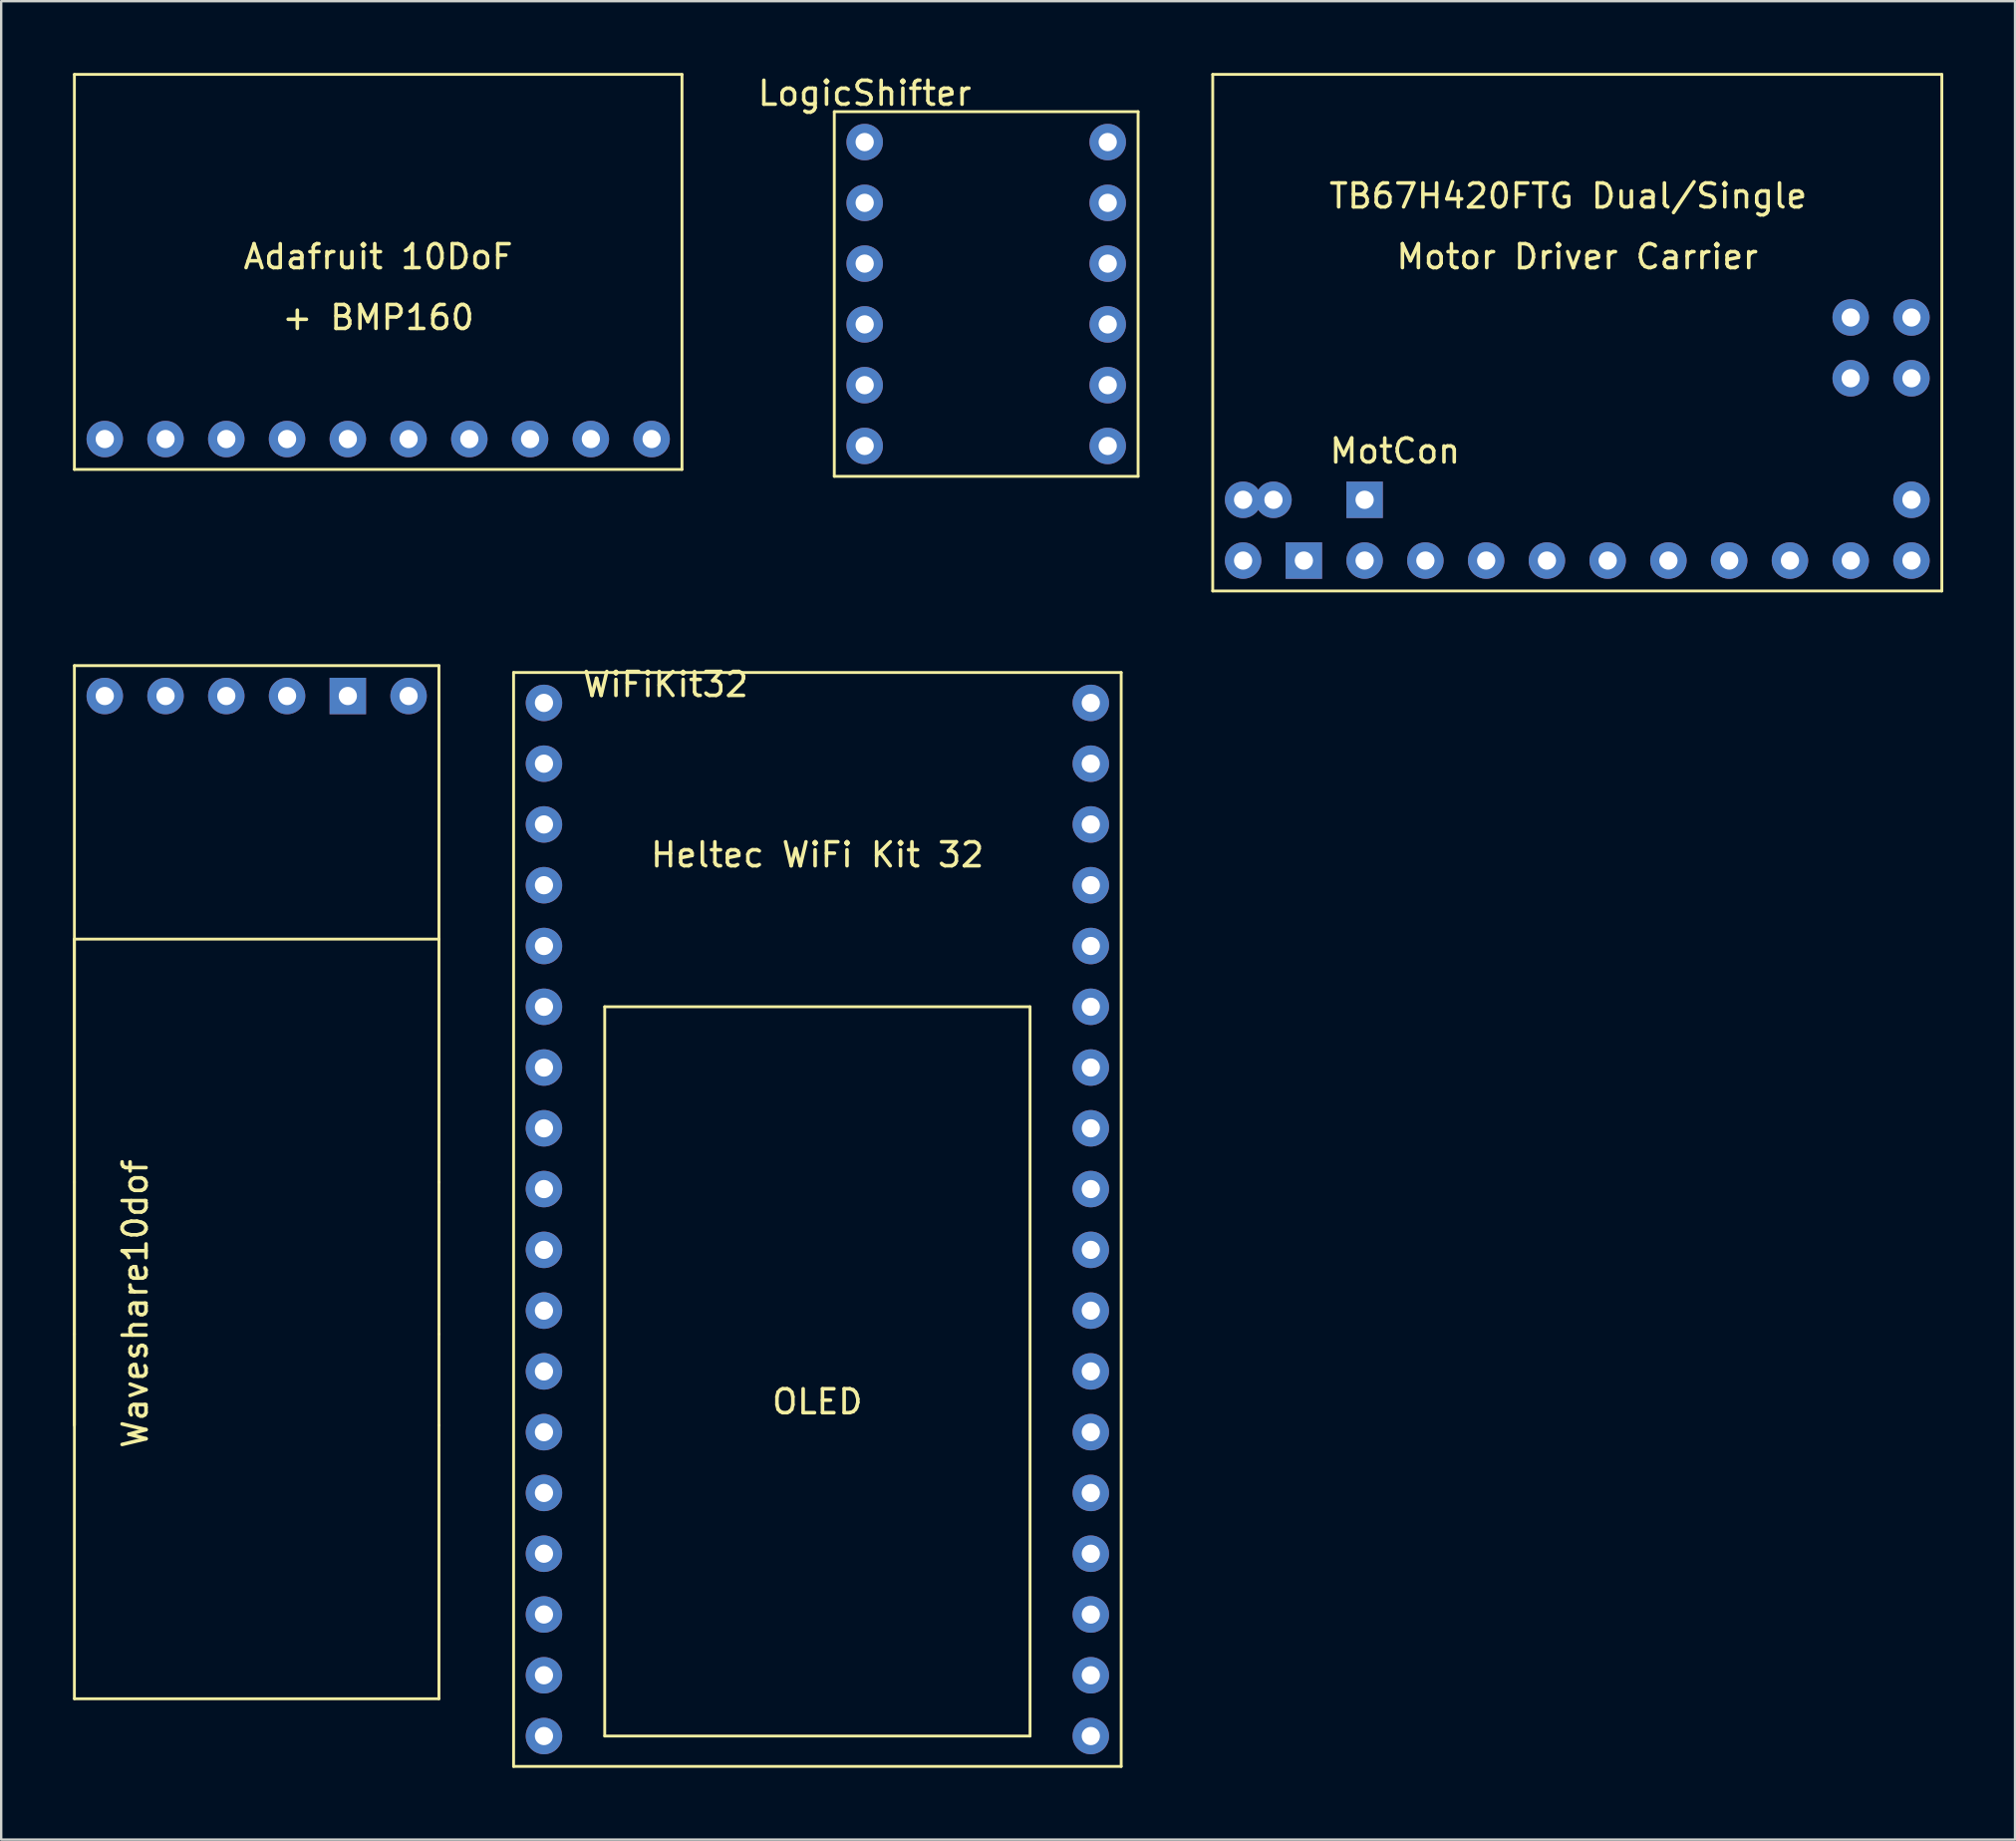
<source format=kicad_pcb>
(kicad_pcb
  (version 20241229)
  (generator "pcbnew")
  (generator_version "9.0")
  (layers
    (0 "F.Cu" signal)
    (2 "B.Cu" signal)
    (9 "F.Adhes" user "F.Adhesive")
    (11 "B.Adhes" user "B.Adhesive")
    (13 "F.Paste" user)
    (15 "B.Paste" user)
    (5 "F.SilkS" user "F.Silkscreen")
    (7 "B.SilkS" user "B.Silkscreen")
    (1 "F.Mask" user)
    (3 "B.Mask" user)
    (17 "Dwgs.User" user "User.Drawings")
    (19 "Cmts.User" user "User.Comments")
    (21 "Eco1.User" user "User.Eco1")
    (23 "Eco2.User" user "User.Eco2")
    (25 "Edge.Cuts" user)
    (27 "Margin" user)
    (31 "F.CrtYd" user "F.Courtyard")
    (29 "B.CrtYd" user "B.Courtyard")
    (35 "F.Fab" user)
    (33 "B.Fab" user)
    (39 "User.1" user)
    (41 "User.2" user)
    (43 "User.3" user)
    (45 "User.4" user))
  (footprint "LogicShifter"
    (layer "F.Cu")
    (at 33.097 0.348)
    (property "Reference" "LogicShifter" (at 0 0.5 0) (layer "F.SilkS") (effects (font (size 1 1) (thickness 0.15))))
    (attr through_hole)
    (fp_line (start -1.27 1.27) (end -1.27 16.51) (stroke (width 0.12) (type solid)) (layer "F.SilkS"))
    (fp_line (start -1.27 16.51) (end 11.43 16.51) (stroke (width 0.12) (type solid)) (layer "F.SilkS"))
    (fp_line (start 11.43 1.27) (end -1.27 1.27) (stroke (width 0.12) (type solid)) (layer "F.SilkS"))
    (fp_line (start 11.43 16.51) (end 11.43 1.27) (stroke (width 0.12) (type solid)) (layer "F.SilkS"))
    (pad "1" thru_hole circle (at 0 2.54) (size 1.524 1.524) (drill 0.762) (layers "*.Cu" "*.Mask"))
    (pad "2" thru_hole circle (at 0 5.08) (size 1.524 1.524) (drill 0.762) (layers "*.Cu" "*.Mask"))
    (pad "3" thru_hole circle (at 0 7.62) (size 1.524 1.524) (drill 0.762) (layers "*.Cu" "*.Mask"))
    (pad "4" thru_hole circle (at 0 10.16) (size 1.524 1.524) (drill 0.762) (layers "*.Cu" "*.Mask"))
    (pad "5" thru_hole circle (at 0 12.7) (size 1.524 1.524) (drill 0.762) (layers "*.Cu" "*.Mask"))
    (pad "6" thru_hole circle (at 0 15.24) (size 1.524 1.524) (drill 0.762) (layers "*.Cu" "*.Mask"))
    (pad "7" thru_hole circle (at 10.16 15.24) (size 1.524 1.524) (drill 0.762) (layers "*.Cu" "*.Mask"))
    (pad "8" thru_hole circle (at 10.16 12.7) (size 1.524 1.524) (drill 0.762) (layers "*.Cu" "*.Mask"))
    (pad "9" thru_hole circle (at 10.16 10.16) (size 1.524 1.524) (drill 0.762) (layers "*.Cu" "*.Mask"))
    (pad "10" thru_hole circle (at 10.16 7.62) (size 1.524 1.524) (drill 0.762) (layers "*.Cu" "*.Mask"))
    (pad "11" thru_hole circle (at 10.16 5.08) (size 1.524 1.524) (drill 0.762) (layers "*.Cu" "*.Mask"))
    (pad "12" thru_hole circle (at 10.16 2.54) (size 1.524 1.524) (drill 0.762) (layers "*.Cu" "*.Mask")))
  (footprint "WiFiKit32"
    (layer "F.Cu")
    (at 24.77 25.058)
    (property "Reference" "WiFiKit32" (at 0 0.5 0) (layer "F.SilkS") (effects (font (size 1 1) (thickness 0.15))))
    (attr through_hole)
    (fp_line (start -6.35 0) (end 19.05 0) (stroke (width 0.12) (type solid)) (layer "F.SilkS"))
    (fp_line (start -6.35 45.72) (end -6.35 0) (stroke (width 0.12) (type solid)) (layer "F.SilkS"))
    (fp_line (start -2.54 13.97) (end -2.54 44.45) (stroke (width 0.12) (type solid)) (layer "F.SilkS"))
    (fp_line (start -2.54 44.45) (end 15.24 44.45) (stroke (width 0.12) (type solid)) (layer "F.SilkS"))
    (fp_line (start 15.24 13.97) (end -2.54 13.97) (stroke (width 0.12) (type solid)) (layer "F.SilkS"))
    (fp_line (start 15.24 44.45) (end 15.24 13.97) (stroke (width 0.12) (type solid)) (layer "F.SilkS"))
    (fp_line (start 19.05 0) (end 19.05 45.72) (stroke (width 0.12) (type solid)) (layer "F.SilkS"))
    (fp_line (start 19.05 45.72) (end -6.35 45.72) (stroke (width 0.12) (type solid)) (layer "F.SilkS"))
    (fp_text user "OLED" (at 6.35 30.48 0) (layer "F.SilkS") (effects (font (size 1 1) (thickness 0.15))))
    (fp_text user "Heltec WiFi Kit 32" (at 6.35 7.62 0) (layer "F.SilkS") (effects (font (size 1 1) (thickness 0.15))))
    (pad "1" thru_hole circle (at -5.08 1.27) (size 1.524 1.524) (drill 0.762) (layers "*.Cu" "*.Mask"))
    (pad "2" thru_hole circle (at -5.08 3.81) (size 1.524 1.524) (drill 0.762) (layers "*.Cu" "*.Mask"))
    (pad "3" thru_hole circle (at -5.08 6.35) (size 1.524 1.524) (drill 0.762) (layers "*.Cu" "*.Mask"))
    (pad "4" thru_hole circle (at -5.08 8.89) (size 1.524 1.524) (drill 0.762) (layers "*.Cu" "*.Mask"))
    (pad "5" thru_hole circle (at -5.08 11.43) (size 1.524 1.524) (drill 0.762) (layers "*.Cu" "*.Mask"))
    (pad "6" thru_hole circle (at -5.08 13.97) (size 1.524 1.524) (drill 0.762) (layers "*.Cu" "*.Mask"))
    (pad "7" thru_hole circle (at -5.08 16.51) (size 1.524 1.524) (drill 0.762) (layers "*.Cu" "*.Mask"))
    (pad "8" thru_hole circle (at -5.08 19.05) (size 1.524 1.524) (drill 0.762) (layers "*.Cu" "*.Mask"))
    (pad "9" thru_hole circle (at -5.08 21.59) (size 1.524 1.524) (drill 0.762) (layers "*.Cu" "*.Mask"))
    (pad "10" thru_hole circle (at -5.08 24.13) (size 1.524 1.524) (drill 0.762) (layers "*.Cu" "*.Mask"))
    (pad "11" thru_hole circle (at -5.08 26.67) (size 1.524 1.524) (drill 0.762) (layers "*.Cu" "*.Mask"))
    (pad "12" thru_hole circle (at -5.08 29.21) (size 1.524 1.524) (drill 0.762) (layers "*.Cu" "*.Mask"))
    (pad "13" thru_hole circle (at -5.08 31.75) (size 1.524 1.524) (drill 0.762) (layers "*.Cu" "*.Mask"))
    (pad "14" thru_hole circle (at -5.08 34.29) (size 1.524 1.524) (drill 0.762) (layers "*.Cu" "*.Mask"))
    (pad "15" thru_hole circle (at -5.08 36.83) (size 1.524 1.524) (drill 0.762) (layers "*.Cu" "*.Mask"))
    (pad "16" thru_hole circle (at -5.08 39.37) (size 1.524 1.524) (drill 0.762) (layers "*.Cu" "*.Mask"))
    (pad "17" thru_hole circle (at -5.08 41.91) (size 1.524 1.524) (drill 0.762) (layers "*.Cu" "*.Mask"))
    (pad "18" thru_hole circle (at -5.08 44.45) (size 1.524 1.524) (drill 0.762) (layers "*.Cu" "*.Mask"))
    (pad "19" thru_hole circle (at 17.78 44.45) (size 1.524 1.524) (drill 0.762) (layers "*.Cu" "*.Mask"))
    (pad "20" thru_hole circle (at 17.78 41.91) (size 1.524 1.524) (drill 0.762) (layers "*.Cu" "*.Mask"))
    (pad "21" thru_hole circle (at 17.78 39.37) (size 1.524 1.524) (drill 0.762) (layers "*.Cu" "*.Mask"))
    (pad "22" thru_hole circle (at 17.78 36.83) (size 1.524 1.524) (drill 0.762) (layers "*.Cu" "*.Mask"))
    (pad "23" thru_hole circle (at 17.78 34.29) (size 1.524 1.524) (drill 0.762) (layers "*.Cu" "*.Mask"))
    (pad "24" thru_hole circle (at 17.78 31.75) (size 1.524 1.524) (drill 0.762) (layers "*.Cu" "*.Mask"))
    (pad "25" thru_hole circle (at 17.78 29.21) (size 1.524 1.524) (drill 0.762) (layers "*.Cu" "*.Mask"))
    (pad "26" thru_hole circle (at 17.78 26.67) (size 1.524 1.524) (drill 0.762) (layers "*.Cu" "*.Mask"))
    (pad "27" thru_hole circle (at 17.78 24.13) (size 1.524 1.524) (drill 0.762) (layers "*.Cu" "*.Mask"))
    (pad "28" thru_hole circle (at 17.78 21.59) (size 1.524 1.524) (drill 0.762) (layers "*.Cu" "*.Mask"))
    (pad "29" thru_hole circle (at 17.78 19.05) (size 1.524 1.524) (drill 0.762) (layers "*.Cu" "*.Mask"))
    (pad "30" thru_hole circle (at 17.78 16.51) (size 1.524 1.524) (drill 0.762) (layers "*.Cu" "*.Mask"))
    (pad "31" thru_hole circle (at 17.78 13.97) (size 1.524 1.524) (drill 0.762) (layers "*.Cu" "*.Mask"))
    (pad "32" thru_hole circle (at 17.78 11.43) (size 1.524 1.524) (drill 0.762) (layers "*.Cu" "*.Mask"))
    (pad "33" thru_hole circle (at 17.78 8.89) (size 1.524 1.524) (drill 0.762) (layers "*.Cu" "*.Mask"))
    (pad "34" thru_hole circle (at 17.78 6.35) (size 1.524 1.524) (drill 0.762) (layers "*.Cu" "*.Mask"))
    (pad "35" thru_hole circle (at 17.78 3.81) (size 1.524 1.524) (drill 0.762) (layers "*.Cu" "*.Mask"))
    (pad "36" thru_hole circle (at 17.78 1.27) (size 1.524 1.524) (drill 0.762) (layers "*.Cu" "*.Mask")))
  (footprint "Adafruit 10DoF"
    (layer "F.Cu")
    (at 7.68 12.76)
    (property "Reference" "Adafruit 10DoF" (at 5.08 -5.08 0) (layer "F.SilkS") (effects (font (size 1 1) (thickness 0.15))))
    (attr through_hole)
    (fp_line (start -7.62 -12.7) (end -7.62 3.81) (stroke (width 0.12) (type solid)) (layer "F.SilkS"))
    (fp_line (start -7.62 3.81) (end 17.78 3.81) (stroke (width 0.12) (type solid)) (layer "F.SilkS"))
    (fp_line (start 17.78 -12.7) (end -7.62 -12.7) (stroke (width 0.12) (type solid)) (layer "F.SilkS"))
    (fp_line (start 17.78 3.81) (end 17.78 -12.7) (stroke (width 0.12) (type solid)) (layer "F.SilkS"))
    (fp_text user "+ BMP160" (at 5.08 -2.54 0) (layer "F.SilkS") (effects (font (size 1 1) (thickness 0.15))))
    (pad "1" thru_hole circle (at -6.35 2.54) (size 1.524 1.524) (drill 0.762) (layers "*.Cu" "*.Mask"))
    (pad "2" thru_hole circle (at -3.81 2.54) (size 1.524 1.524) (drill 0.762) (layers "*.Cu" "*.Mask"))
    (pad "3" thru_hole circle (at -1.27 2.54) (size 1.524 1.524) (drill 0.762) (layers "*.Cu" "*.Mask"))
    (pad "4" thru_hole circle (at 1.27 2.54) (size 1.524 1.524) (drill 0.762) (layers "*.Cu" "*.Mask"))
    (pad "5" thru_hole circle (at 3.81 2.54) (size 1.524 1.524) (drill 0.762) (layers "*.Cu" "*.Mask"))
    (pad "6" thru_hole circle (at 6.35 2.54) (size 1.524 1.524) (drill 0.762) (layers "*.Cu" "*.Mask"))
    (pad "7" thru_hole circle (at 8.89 2.54) (size 1.524 1.524) (drill 0.762) (layers "*.Cu" "*.Mask"))
    (pad "8" thru_hole circle (at 11.43 2.54) (size 1.524 1.524) (drill 0.762) (layers "*.Cu" "*.Mask"))
    (pad "9" thru_hole circle (at 13.97 2.54) (size 1.524 1.524) (drill 0.762) (layers "*.Cu" "*.Mask"))
    (pad "10" thru_hole circle (at 16.51 2.54) (size 1.524 1.524) (drill 0.762) (layers "*.Cu" "*.Mask")))
  (footprint "Waveshare10dof"
    (layer "F.Cu")
    (at 7.68 32.39)
    (property "Reference" "Waveshare10dof" (at -5.08 19.05 90) (layer "F.SilkS") (effects (font (size 1 1) (thickness 0.15))))
    (attr through_hole)
    (fp_line (start -7.62 -7.62) (end -7.62 13.97) (stroke (width 0.12) (type solid)) (layer "F.SilkS"))
    (fp_line (start -7.62 3.81) (end -7.62 35.56) (stroke (width 0.12) (type solid)) (layer "F.SilkS"))
    (fp_line (start -7.62 20.32) (end -7.62 13.97) (stroke (width 0.12) (type solid)) (layer "F.SilkS"))
    (fp_line (start -7.62 20.32) (end -7.62 24.13) (stroke (width 0.12) (type solid)) (layer "F.SilkS"))
    (fp_line (start -7.62 35.56) (end 7.62 35.56) (stroke (width 0.12) (type solid)) (layer "F.SilkS"))
    (fp_line (start 7.62 -7.62) (end -7.62 -7.62) (stroke (width 0.12) (type solid)) (layer "F.SilkS"))
    (fp_line (start 7.62 3.81) (end -7.62 3.81) (stroke (width 0.12) (type solid)) (layer "F.SilkS"))
    (fp_line (start 7.62 13.97) (end 7.62 -7.62) (stroke (width 0.12) (type solid)) (layer "F.SilkS"))
    (fp_line (start 7.62 13.97) (end 7.62 20.32) (stroke (width 0.12) (type solid)) (layer "F.SilkS"))
    (fp_line (start 7.62 20.32) (end 7.62 24.13) (stroke (width 0.12) (type solid)) (layer "F.SilkS"))
    (fp_line (start 7.62 35.56) (end 7.62 24.13) (stroke (width 0.12) (type solid)) (layer "F.SilkS"))
    (pad "1" thru_hole circle (at -6.35 -6.35) (size 1.524 1.524) (drill 0.762) (layers "*.Cu" "*.Mask"))
    (pad "2" thru_hole circle (at -3.81 -6.35) (size 1.524 1.524) (drill 0.762) (layers "*.Cu" "*.Mask"))
    (pad "3" thru_hole circle (at -1.27 -6.35) (size 1.524 1.524) (drill 0.762) (layers "*.Cu" "*.Mask"))
    (pad "4" thru_hole circle (at 1.27 -6.35) (size 1.524 1.524) (drill 0.762) (layers "*.Cu" "*.Mask"))
    (pad "5" thru_hole rect (at 3.81 -6.35) (size 1.524 1.524) (drill 0.762) (layers "*.Cu" "*.Mask"))
    (pad "6" thru_hole circle (at 6.35 -6.35) (size 1.524 1.524) (drill 0.762) (layers "*.Cu" "*.Mask")))
  (footprint "MotCon"
    (layer "F.Cu")
    (at 55.267 15.3)
    (property "Reference" "MotCon" (at 0 0.5 0) (layer "F.SilkS") (effects (font (size 1 1) (thickness 0.15))))
    (attr through_hole)
    (fp_line (start -7.62 -15.24) (end -7.62 6.35) (stroke (width 0.12) (type solid)) (layer "F.SilkS"))
    (fp_line (start -7.62 6.35) (end 22.86 6.35) (stroke (width 0.12) (type solid)) (layer "F.SilkS"))
    (fp_line (start 22.86 -15.24) (end -7.62 -15.24) (stroke (width 0.12) (type solid)) (layer "F.SilkS"))
    (fp_line (start 22.86 6.35) (end 22.86 -15.24) (stroke (width 0.12) (type solid)) (layer "F.SilkS"))
    (fp_text user "Motor Driver Carrier" (at 7.62 -7.62 0) (layer "F.SilkS") (effects (font (size 1 1) (thickness 0.15))))
    (fp_text user "TB67H420FTG Dual/Single " (at 7.62 -10.16 0) (layer "F.SilkS") (effects (font (size 1 1) (thickness 0.15))))
    (pad "0" thru_hole circle (at -6.35 5.08) (size 1.524 1.524) (drill 0.762) (layers "*.Cu" "*.Mask"))
    (pad "1" thru_hole rect (at -3.81 5.08) (size 1.524 1.524) (drill 0.762) (layers "*.Cu" "*.Mask"))
    (pad "2" thru_hole circle (at -1.27 5.08) (size 1.524 1.524) (drill 0.762) (layers "*.Cu" "*.Mask"))
    (pad "3" thru_hole circle (at 1.27 5.08) (size 1.524 1.524) (drill 0.762) (layers "*.Cu" "*.Mask"))
    (pad "4" thru_hole circle (at 3.81 5.08) (size 1.524 1.524) (drill 0.762) (layers "*.Cu" "*.Mask"))
    (pad "5" thru_hole circle (at 6.35 5.08) (size 1.524 1.524) (drill 0.762) (layers "*.Cu" "*.Mask"))
    (pad "6" thru_hole circle (at 8.89 5.08) (size 1.524 1.524) (drill 0.762) (layers "*.Cu" "*.Mask"))
    (pad "7" thru_hole circle (at 11.43 5.08) (size 1.524 1.524) (drill 0.762) (layers "*.Cu" "*.Mask"))
    (pad "8" thru_hole circle (at 13.97 5.08) (size 1.524 1.524) (drill 0.762) (layers "*.Cu" "*.Mask"))
    (pad "9" thru_hole circle (at 16.51 5.08) (size 1.524 1.524) (drill 0.762) (layers "*.Cu" "*.Mask"))
    (pad "10" thru_hole circle (at 19.05 5.08) (size 1.524 1.524) (drill 0.762) (layers "*.Cu" "*.Mask"))
    (pad "11" thru_hole circle (at 21.59 5.08) (size 1.524 1.524) (drill 0.762) (layers "*.Cu" "*.Mask"))
    (pad "12" thru_hole circle (at 21.59 2.54) (size 1.524 1.524) (drill 0.762) (layers "*.Cu" "*.Mask"))
    (pad "13" thru_hole circle (at 21.59 -2.54) (size 1.524 1.524) (drill 0.762) (layers "*.Cu" "*.Mask"))
    (pad "14" thru_hole circle (at 19.05 -2.54) (size 1.524 1.524) (drill 0.762) (layers "*.Cu" "*.Mask"))
    (pad "15" thru_hole circle (at 19.05 -5.08) (size 1.524 1.524) (drill 0.762) (layers "*.Cu" "*.Mask"))
    (pad "16" thru_hole circle (at 21.59 -5.08) (size 1.524 1.524) (drill 0.762) (layers "*.Cu" "*.Mask"))
    (pad "17" thru_hole circle (at -6.35 2.54) (size 1.524 1.524) (drill 0.762) (layers "*.Cu" "*.Mask"))
    (pad "18" thru_hole circle (at -5.08 2.54) (size 1.524 1.524) (drill 0.762) (layers "*.Cu" "*.Mask"))
    (pad "19" thru_hole rect (at -1.27 2.54) (size 1.524 1.524) (drill 0.762) (layers "*.Cu" "*.Mask")))
  (gr_rect
    (start -3 -3)
    (end 81.187 73.838)
    (stroke (width 0.1) (type default))
    (fill no)
    (layer "Edge.Cuts")))
</source>
